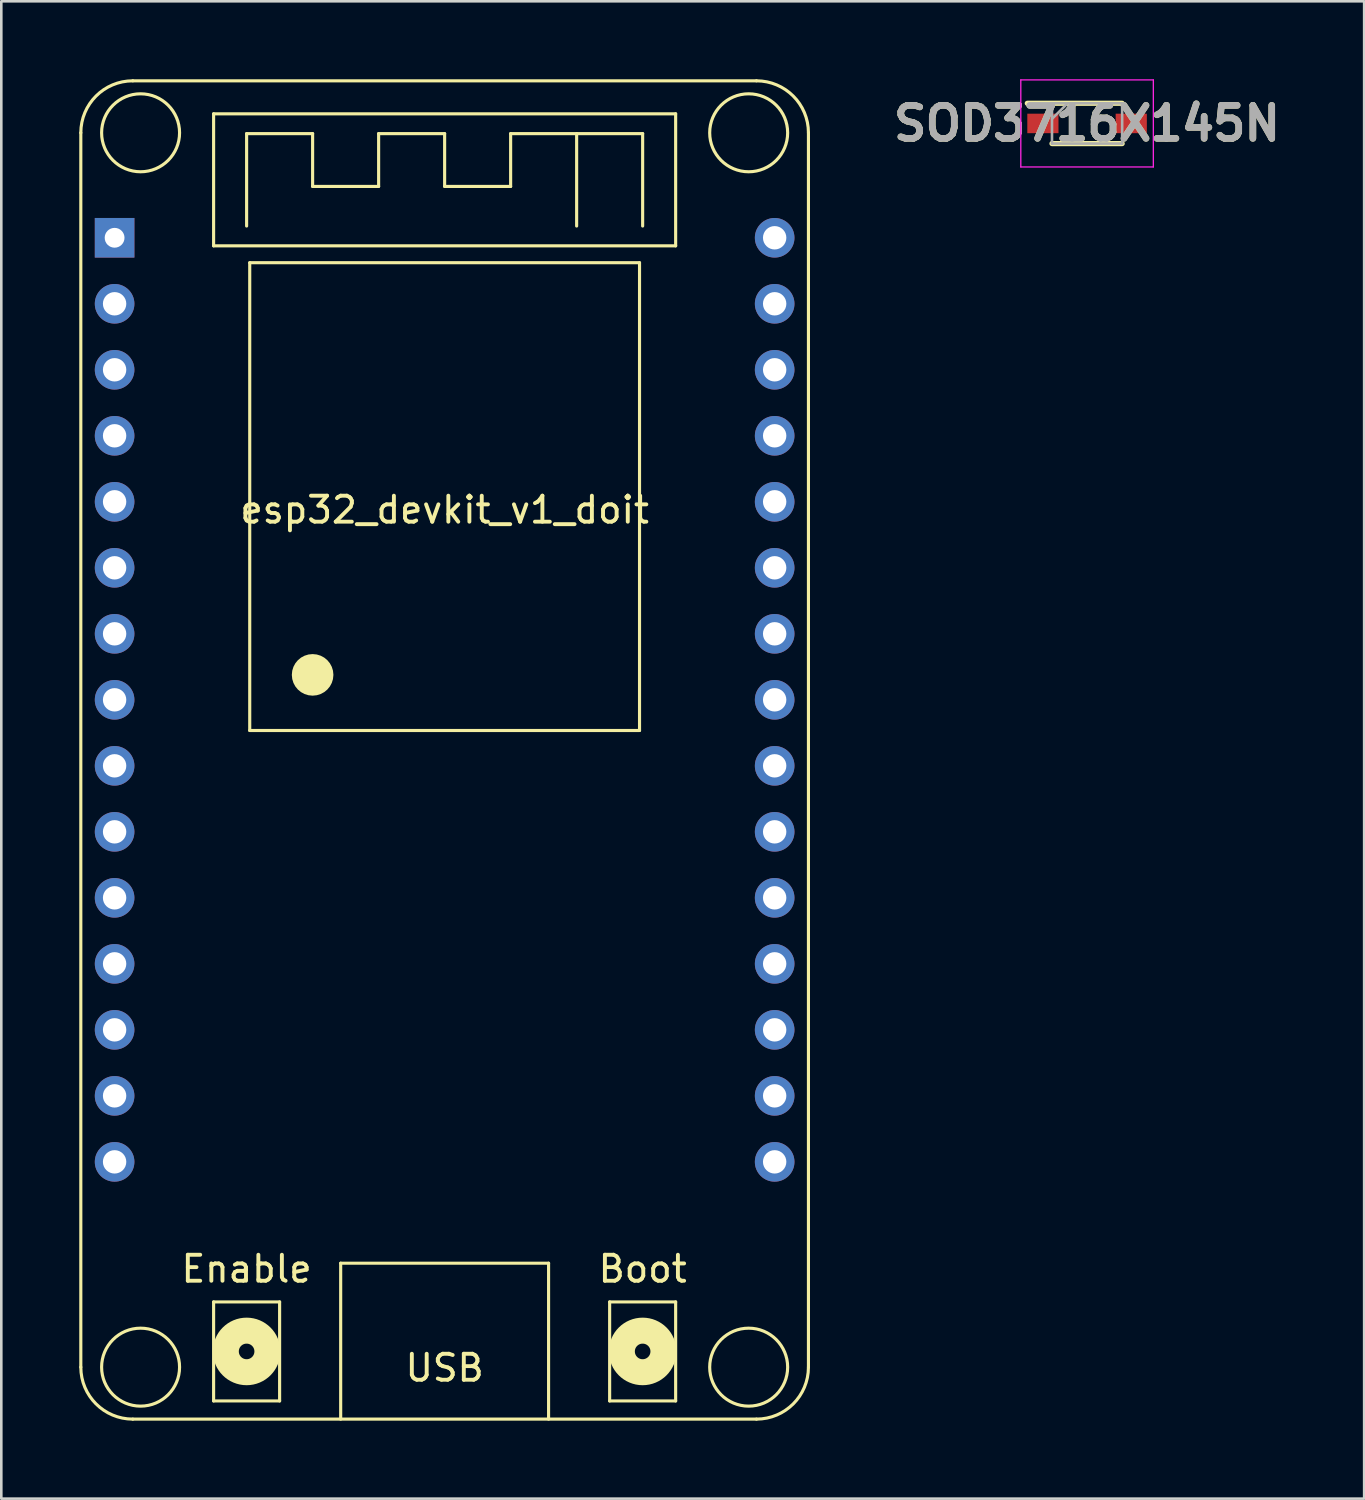
<source format=kicad_pcb>
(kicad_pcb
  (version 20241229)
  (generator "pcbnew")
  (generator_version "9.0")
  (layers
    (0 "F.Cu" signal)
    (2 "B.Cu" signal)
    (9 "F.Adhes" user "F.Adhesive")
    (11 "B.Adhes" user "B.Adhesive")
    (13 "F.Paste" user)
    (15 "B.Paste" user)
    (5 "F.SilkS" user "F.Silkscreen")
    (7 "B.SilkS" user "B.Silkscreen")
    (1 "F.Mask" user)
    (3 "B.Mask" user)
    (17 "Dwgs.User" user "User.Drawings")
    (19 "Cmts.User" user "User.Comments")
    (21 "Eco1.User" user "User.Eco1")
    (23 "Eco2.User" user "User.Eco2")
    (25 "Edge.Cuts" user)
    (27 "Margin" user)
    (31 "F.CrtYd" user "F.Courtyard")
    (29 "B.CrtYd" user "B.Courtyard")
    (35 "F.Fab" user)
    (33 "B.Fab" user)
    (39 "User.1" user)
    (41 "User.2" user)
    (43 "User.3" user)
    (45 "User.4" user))
  (footprint "esp32_devkit_v1_doit"
    (layer "F.Cu")
    (at 14.06 6.1)
    (property "Reference" "esp32_devkit_v1_doit" (at 0 10.47 0) (layer "F.SilkS") (effects (font (size 1 1) (thickness 0.15))))
    (attr smd)
    (fp_line (start -14 -4.04) (end -14 43.46) (stroke (width 0.12) (type solid)) (layer "F.SilkS"))
    (fp_line (start -12 -6.04) (end 12 -6.04) (stroke (width 0.12) (type solid)) (layer "F.SilkS"))
    (fp_line (start -12 45.46) (end 12 45.46) (stroke (width 0.12) (type solid)) (layer "F.SilkS"))
    (fp_line (start -8.89 -4.77) (end 8.89 -4.77) (stroke (width 0.12) (type solid)) (layer "F.SilkS"))
    (fp_line (start -8.89 0.31) (end -8.89 -4.77) (stroke (width 0.12) (type solid)) (layer "F.SilkS"))
    (fp_line (start -8.89 40.95) (end -6.35 40.95) (stroke (width 0.12) (type solid)) (layer "F.SilkS"))
    (fp_line (start -8.89 44.76) (end -8.89 40.95) (stroke (width 0.12) (type solid)) (layer "F.SilkS"))
    (fp_line (start -7.62 -4.008) (end -5.08 -4.008) (stroke (width 0.12) (type solid)) (layer "F.SilkS"))
    (fp_line (start -7.62 -0.452) (end -7.62 -4.008) (stroke (width 0.12) (type solid)) (layer "F.SilkS"))
    (fp_line (start -7.5 0.96) (end 7.5 0.96) (stroke (width 0.12) (type solid)) (layer "F.SilkS"))
    (fp_line (start -7.5 18.96) (end -7.5 0.96) (stroke (width 0.12) (type solid)) (layer "F.SilkS"))
    (fp_line (start -6.35 40.95) (end -6.35 44.76) (stroke (width 0.12) (type solid)) (layer "F.SilkS"))
    (fp_line (start -6.35 44.76) (end -8.89 44.76) (stroke (width 0.12) (type solid)) (layer "F.SilkS"))
    (fp_line (start -5.08 -4.008) (end -5.08 -1.976) (stroke (width 0.12) (type solid)) (layer "F.SilkS"))
    (fp_line (start -5.08 -1.976) (end -2.54 -1.976) (stroke (width 0.12) (type solid)) (layer "F.SilkS"))
    (fp_line (start -4 39.46) (end -4 45.46) (stroke (width 0.12) (type solid)) (layer "F.SilkS"))
    (fp_line (start -4 39.46) (end 4 39.46) (stroke (width 0.12) (type solid)) (layer "F.SilkS"))
    (fp_line (start -2.54 -4.008) (end 0 -4.008) (stroke (width 0.12) (type solid)) (layer "F.SilkS"))
    (fp_line (start -2.54 -1.976) (end -2.54 -4.008) (stroke (width 0.12) (type solid)) (layer "F.SilkS"))
    (fp_line (start 0 -4.008) (end 0 -1.976) (stroke (width 0.12) (type solid)) (layer "F.SilkS"))
    (fp_line (start 0 -1.976) (end 2.54 -1.976) (stroke (width 0.12) (type solid)) (layer "F.SilkS"))
    (fp_line (start 2.54 -4.008) (end 7.62 -4.008) (stroke (width 0.12) (type solid)) (layer "F.SilkS"))
    (fp_line (start 2.54 -1.976) (end 2.54 -4.008) (stroke (width 0.12) (type solid)) (layer "F.SilkS"))
    (fp_line (start 4 39.46) (end 4 45.46) (stroke (width 0.12) (type solid)) (layer "F.SilkS"))
    (fp_line (start 5.08 -4.008) (end 5.08 -0.452) (stroke (width 0.12) (type solid)) (layer "F.SilkS"))
    (fp_line (start 6.35 40.95) (end 8.89 40.95) (stroke (width 0.12) (type solid)) (layer "F.SilkS"))
    (fp_line (start 6.35 44.76) (end 6.35 40.95) (stroke (width 0.12) (type solid)) (layer "F.SilkS"))
    (fp_line (start 7.5 0.96) (end 7.5 18.96) (stroke (width 0.12) (type solid)) (layer "F.SilkS"))
    (fp_line (start 7.5 18.96) (end -7.5 18.96) (stroke (width 0.12) (type solid)) (layer "F.SilkS"))
    (fp_line (start 7.62 -4.008) (end 7.62 -0.452) (stroke (width 0.12) (type solid)) (layer "F.SilkS"))
    (fp_line (start 8.89 -4.77) (end 8.89 0.31) (stroke (width 0.12) (type solid)) (layer "F.SilkS"))
    (fp_line (start 8.89 0.31) (end -8.89 0.31) (stroke (width 0.12) (type solid)) (layer "F.SilkS"))
    (fp_line (start 8.89 40.95) (end 8.89 44.76) (stroke (width 0.12) (type solid)) (layer "F.SilkS"))
    (fp_line (start 8.89 44.76) (end 6.35 44.76) (stroke (width 0.12) (type solid)) (layer "F.SilkS"))
    (fp_line (start 14 43.46) (end 14 -4.04) (stroke (width 0.12) (type solid)) (layer "F.SilkS"))
    (fp_arc (start -14 -4.04) (mid -13.414214 -5.454214) (end -12 -6.04) (stroke (width 0.12) (type solid)) (layer "F.SilkS"))
    (fp_arc (start -12 45.46) (mid -13.414214 44.874214) (end -14 43.46) (stroke (width 0.12) (type solid)) (layer "F.SilkS"))
    (fp_arc (start 12 -6.04) (mid 13.414214 -5.454214) (end 14 -4.04) (stroke (width 0.12) (type solid)) (layer "F.SilkS"))
    (fp_arc (start 14 43.46) (mid 13.414214 44.874214) (end 12 45.46) (stroke (width 0.12) (type solid)) (layer "F.SilkS"))
    (fp_circle (center -11.7 -4.04) (end -10.2 -4.04) (stroke (width 0.12) (type solid)) (fill no) (layer "F.SilkS"))
    (fp_circle (center -11.7 43.46) (end -10.2 43.46) (stroke (width 0.12) (type solid)) (fill no) (layer "F.SilkS"))
    (fp_circle (center -7.62 42.855) (end -7.32 42.855) (stroke (width 1) (type solid)) (fill no) (layer "F.SilkS"))
    (fp_circle (center -5.08 16.82) (end -4.68 16.82) (stroke (width 0.8) (type solid)) (fill no) (layer "F.SilkS"))
    (fp_circle (center 7.62 42.855) (end 7.92 42.855) (stroke (width 1) (type solid)) (fill no) (layer "F.SilkS"))
    (fp_circle (center 11.7 -4.04) (end 13.2 -4.04) (stroke (width 0.12) (type solid)) (fill no) (layer "F.SilkS"))
    (fp_circle (center 11.7 43.46) (end 13.2 43.46) (stroke (width 0.12) (type solid)) (fill no) (layer "F.SilkS"))
    (fp_text user "USB" (at 0 43.49 0) (layer "F.SilkS") (effects (font (size 1 1) (thickness 0.15))))
    (fp_text user "Enable" (at -7.62 39.68 0) (layer "F.SilkS") (effects (font (size 1 1) (thickness 0.15))))
    (fp_text user "Boot" (at 7.62 39.68 0) (layer "F.SilkS") (effects (font (size 1 1) (thickness 0.15))))
    (pad "1" thru_hole rect (at -12.7 0) (size 1.524 1.524) (drill 0.762) (layers "*.Cu" "*.Mask"))
    (pad "2" thru_hole circle (at -12.7 2.54) (size 1.524 1.524) (drill 0.9) (layers "*.Cu" "*.Mask"))
    (pad "3" thru_hole circle (at -12.7 5.08) (size 1.524 1.524) (drill 0.9) (layers "*.Cu" "*.Mask"))
    (pad "4" thru_hole circle (at -12.7 7.62) (size 1.524 1.524) (drill 0.9) (layers "*.Cu" "*.Mask"))
    (pad "5" thru_hole circle (at -12.7 10.16) (size 1.524 1.524) (drill 0.9) (layers "*.Cu" "*.Mask"))
    (pad "6" thru_hole circle (at -12.7 12.7) (size 1.524 1.524) (drill 0.9) (layers "*.Cu" "*.Mask"))
    (pad "7" thru_hole circle (at -12.7 15.24) (size 1.524 1.524) (drill 0.9) (layers "*.Cu" "*.Mask"))
    (pad "8" thru_hole circle (at -12.7 17.78) (size 1.524 1.524) (drill 0.9) (layers "*.Cu" "*.Mask"))
    (pad "9" thru_hole circle (at -12.7 20.32) (size 1.524 1.524) (drill 0.9) (layers "*.Cu" "*.Mask"))
    (pad "10" thru_hole circle (at -12.7 22.86) (size 1.524 1.524) (drill 0.9) (layers "*.Cu" "*.Mask"))
    (pad "11" thru_hole circle (at -12.7 25.4) (size 1.524 1.524) (drill 0.9) (layers "*.Cu" "*.Mask"))
    (pad "12" thru_hole circle (at -12.7 27.94) (size 1.524 1.524) (drill 0.9) (layers "*.Cu" "*.Mask"))
    (pad "13" thru_hole circle (at -12.7 30.48) (size 1.524 1.524) (drill 0.9) (layers "*.Cu" "*.Mask"))
    (pad "14" thru_hole circle (at -12.7 33.02) (size 1.524 1.524) (drill 0.9) (layers "*.Cu" "*.Mask"))
    (pad "15" thru_hole circle (at -12.7 35.56) (size 1.524 1.524) (drill 0.9) (layers "*.Cu" "*.Mask"))
    (pad "16" thru_hole circle (at 12.7 35.56) (size 1.524 1.524) (drill 0.9) (layers "*.Cu" "*.Mask"))
    (pad "17" thru_hole circle (at 12.7 33.02) (size 1.524 1.524) (drill 0.9) (layers "*.Cu" "*.Mask"))
    (pad "18" thru_hole circle (at 12.7 30.48) (size 1.524 1.524) (drill 0.9) (layers "*.Cu" "*.Mask"))
    (pad "19" thru_hole circle (at 12.7 27.94) (size 1.524 1.524) (drill 0.9) (layers "*.Cu" "*.Mask"))
    (pad "20" thru_hole circle (at 12.7 25.4) (size 1.524 1.524) (drill 0.9) (layers "*.Cu" "*.Mask"))
    (pad "21" thru_hole circle (at 12.7 22.86) (size 1.524 1.524) (drill 0.9) (layers "*.Cu" "*.Mask"))
    (pad "22" thru_hole circle (at 12.7 20.32) (size 1.524 1.524) (drill 0.9) (layers "*.Cu" "*.Mask"))
    (pad "23" thru_hole circle (at 12.7 17.78) (size 1.524 1.524) (drill 0.9) (layers "*.Cu" "*.Mask"))
    (pad "24" thru_hole circle (at 12.7 15.24) (size 1.524 1.524) (drill 0.9) (layers "*.Cu" "*.Mask"))
    (pad "25" thru_hole circle (at 12.7 12.7) (size 1.524 1.524) (drill 0.9) (layers "*.Cu" "*.Mask"))
    (pad "26" thru_hole circle (at 12.7 10.16) (size 1.524 1.524) (drill 0.9) (layers "*.Cu" "*.Mask"))
    (pad "27" thru_hole circle (at 12.7 7.62) (size 1.524 1.524) (drill 0.9) (layers "*.Cu" "*.Mask"))
    (pad "28" thru_hole circle (at 12.7 5.08) (size 1.524 1.524) (drill 0.9) (layers "*.Cu" "*.Mask"))
    (pad "29" thru_hole circle (at 12.7 2.54) (size 1.524 1.524) (drill 0.9) (layers "*.Cu" "*.Mask"))
    (pad "30" thru_hole circle (at 12.7 0) (size 1.524 1.524) (drill 0.9) (layers "*.Cu" "*.Mask")))
  (footprint "SOD3716X145N"
    (layer "F.Cu")
    (at 38.782 1.7)
    (property "Reference" "SOD3716X145N" (at 0 0 0) (layer "F.SilkS") (effects (font (size 1.27 1.27) (thickness 0.254))))
    (attr smd)
    (fp_line (start -2.3 -0.775) (end 1.35 -0.775) (stroke (width 0.2) (type solid)) (layer "F.SilkS"))
    (fp_line (start -1.35 0.775) (end 1.35 0.775) (stroke (width 0.2) (type solid)) (layer "F.SilkS"))
    (fp_line (start -2.55 -1.675) (end 2.55 -1.675) (stroke (width 0.05) (type solid)) (layer "F.CrtYd"))
    (fp_line (start -2.55 1.675) (end -2.55 -1.675) (stroke (width 0.05) (type solid)) (layer "F.CrtYd"))
    (fp_line (start 2.55 -1.675) (end 2.55 1.675) (stroke (width 0.05) (type solid)) (layer "F.CrtYd"))
    (fp_line (start 2.55 1.675) (end -2.55 1.675) (stroke (width 0.05) (type solid)) (layer "F.CrtYd"))
    (fp_line (start -1.35 -0.775) (end 1.35 -0.775) (stroke (width 0.1) (type solid)) (layer "F.Fab"))
    (fp_line (start -1.35 -0.175) (end -0.75 -0.775) (stroke (width 0.1) (type solid)) (layer "F.Fab"))
    (fp_line (start -1.35 0.775) (end -1.35 -0.775) (stroke (width 0.1) (type solid)) (layer "F.Fab"))
    (fp_line (start 1.35 -0.775) (end 1.35 0.775) (stroke (width 0.1) (type solid)) (layer "F.Fab"))
    (fp_line (start 1.35 0.775) (end -1.35 0.775) (stroke (width 0.1) (type solid)) (layer "F.Fab"))
    (fp_text user "${REFERENCE}" (at 0 0 0) (layer "F.Fab") (effects (font (size 1.27 1.27) (thickness 0.254))))
    (pad "1" smd rect (at -1.7 0 90) (size 0.75 1.2) (layers "F.Cu" "F.Mask" "F.Paste"))
    (pad "2" smd rect (at 1.7 0 90) (size 0.75 1.2) (layers "F.Cu" "F.Mask" "F.Paste")))
  (gr_rect
    (start -3 -3)
    (end 49.445 54.62)
    (stroke (width 0.1) (type default))
    (fill no)
    (layer "Edge.Cuts")))
</source>
